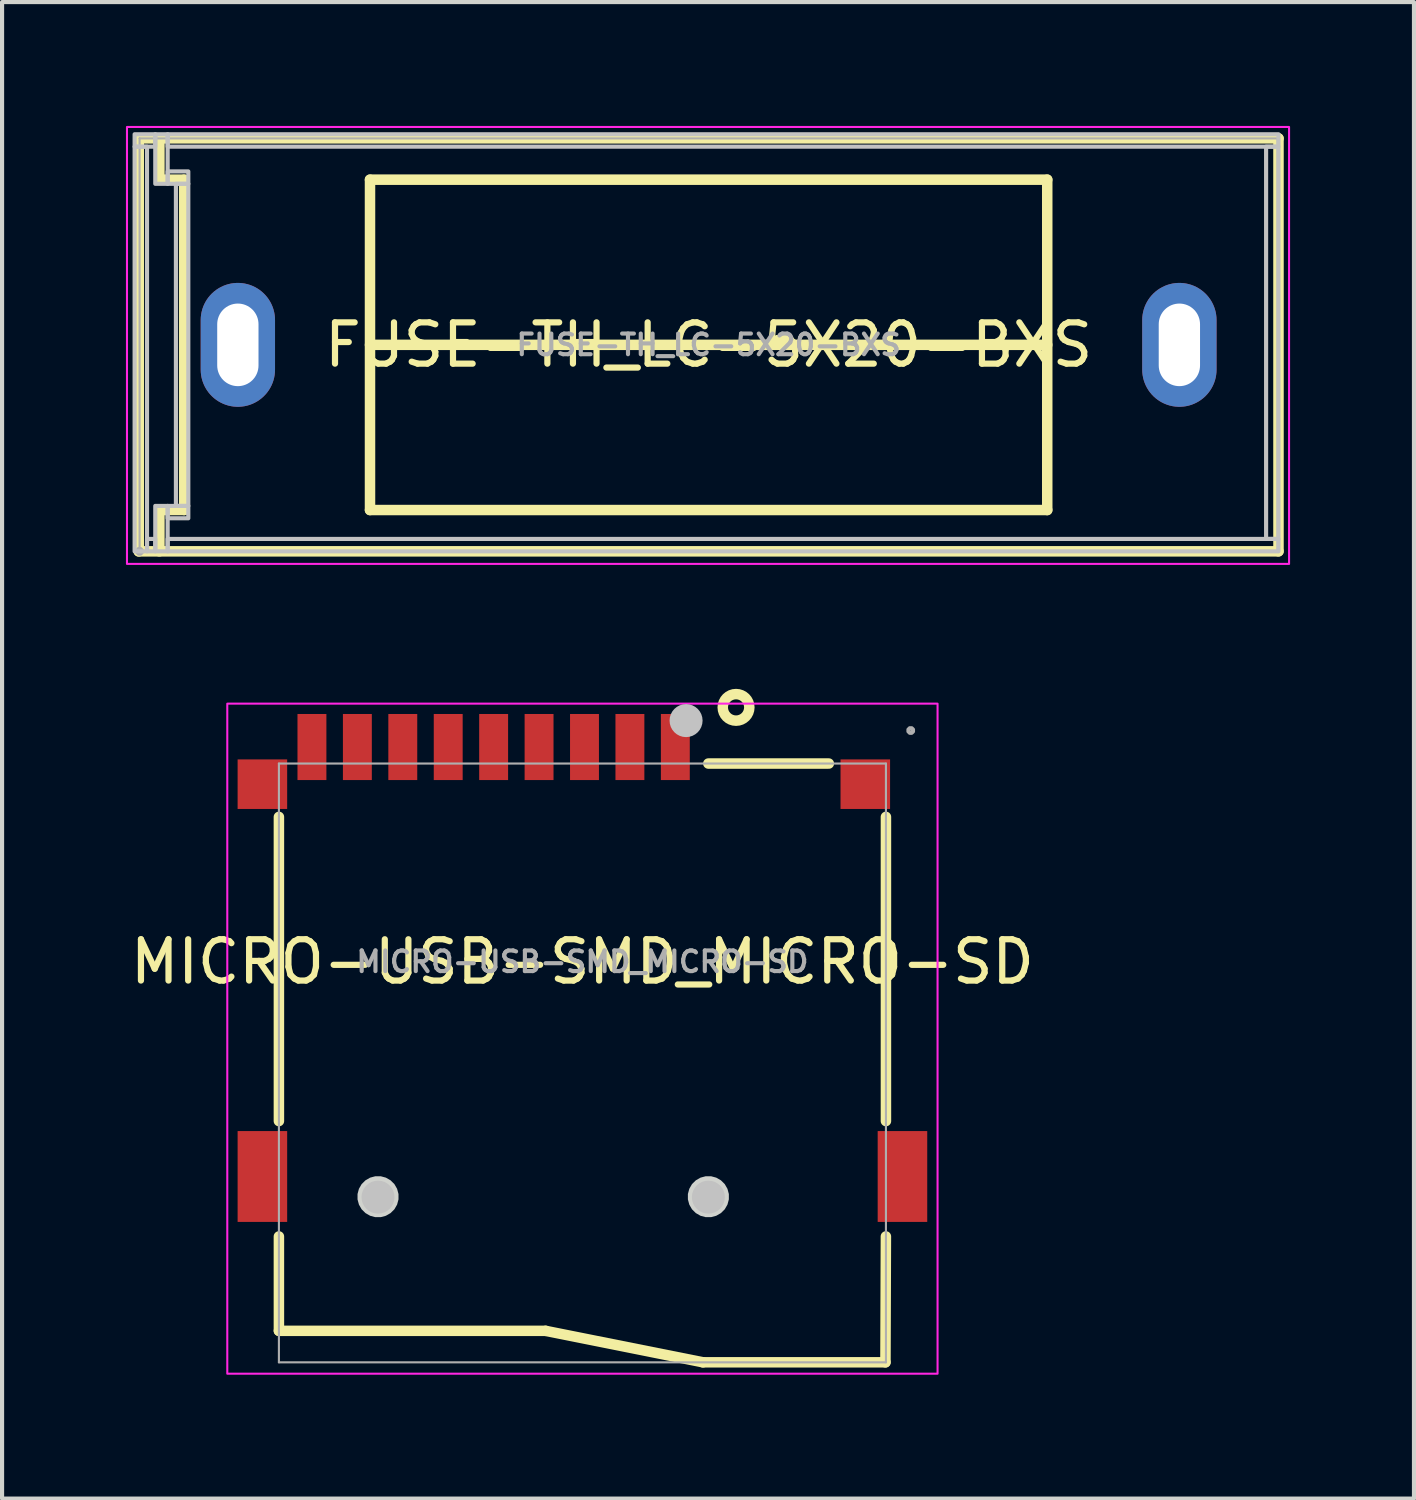
<source format=kicad_pcb>
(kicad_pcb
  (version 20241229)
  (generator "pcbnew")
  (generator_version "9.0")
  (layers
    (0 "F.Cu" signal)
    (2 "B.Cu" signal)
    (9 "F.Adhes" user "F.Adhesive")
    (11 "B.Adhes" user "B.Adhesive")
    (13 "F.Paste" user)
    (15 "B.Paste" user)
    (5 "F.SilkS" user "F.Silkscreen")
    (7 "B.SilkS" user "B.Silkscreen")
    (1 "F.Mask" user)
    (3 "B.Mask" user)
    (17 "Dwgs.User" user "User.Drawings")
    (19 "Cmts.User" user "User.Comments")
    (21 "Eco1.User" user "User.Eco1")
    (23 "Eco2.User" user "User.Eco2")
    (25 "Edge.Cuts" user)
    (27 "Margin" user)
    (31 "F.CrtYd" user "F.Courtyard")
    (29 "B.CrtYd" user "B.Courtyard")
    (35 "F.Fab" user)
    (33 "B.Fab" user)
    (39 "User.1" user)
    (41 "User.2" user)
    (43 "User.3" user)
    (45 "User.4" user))
  (footprint "FUSE-TH_LC-5X20-BXS"
    (layer "F.Cu")
    (at 14.11 5.301)
    (property "Reference" "FUSE-TH_LC-5X20-BXS" (at 0 0 0) (layer "F.SilkS") (effects (font (size 1 1) (thickness 0.15))))
    (fp_line (start -13.8 -5) (end 13.8 -5) (stroke (width 0.254) (type default)) (layer "F.SilkS"))
    (fp_line (start -13.8 -5.002) (end -13.8 5.002) (stroke (width 0.254) (type default)) (layer "F.SilkS"))
    (fp_line (start -13.3 -4) (end -13.3 -5) (stroke (width 0.254) (type default)) (layer "F.SilkS"))
    (fp_line (start -13.3 4) (end -13.3 5) (stroke (width 0.254) (type default)) (layer "F.SilkS"))
    (fp_line (start -13.299 -4) (end -12.7 -4) (stroke (width 0.254) (type default)) (layer "F.SilkS"))
    (fp_line (start -12.7 -4) (end -12.7 4) (stroke (width 0.254) (type default)) (layer "F.SilkS"))
    (fp_line (start -12.7 4) (end -13.3 4) (stroke (width 0.254) (type default)) (layer "F.SilkS"))
    (fp_line (start -8.2 -4) (end 8.2 -4) (stroke (width 0.254) (type default)) (layer "F.SilkS"))
    (fp_line (start -8.2 0) (end 8.2 0) (stroke (width 0.254) (type default)) (layer "F.SilkS"))
    (fp_line (start -8.2 4) (end -8.2 -4) (stroke (width 0.254) (type default)) (layer "F.SilkS"))
    (fp_line (start 8.2 -4) (end 8.2 4) (stroke (width 0.254) (type default)) (layer "F.SilkS"))
    (fp_line (start 8.2 4) (end -8.2 4) (stroke (width 0.254) (type default)) (layer "F.SilkS"))
    (fp_line (start 13.8 -5) (end 13.8 5) (stroke (width 0.254) (type default)) (layer "F.SilkS"))
    (fp_line (start 13.8 5) (end -13.8 5) (stroke (width 0.254) (type default)) (layer "F.SilkS"))
    (fp_poly (pts (xy -13.9 -4.8) (xy -13.9 5) (xy -13.6 5) (xy -13.6 -4.8)) (stroke (width 0.1) (type default)) (fill no) (layer "Dwgs.User"))
    (fp_poly (pts (xy -13.6 5) (xy -13.4 5) (xy -13.4 4.7) (xy -13.6 4.7)) (stroke (width 0.1) (type default)) (fill no) (layer "Dwgs.User"))
    (fp_poly (pts (xy -13.4 -5.1) (xy -13.9 -5.1) (xy -13.9 -4.8) (xy -13.4 -4.8)) (stroke (width 0.1) (type default)) (fill no) (layer "Dwgs.User"))
    (fp_poly (pts (xy -13.4 -5.1) (xy -13.4 -3.9) (xy -13.1 -3.9) (xy -13.1 -5.1)) (stroke (width 0.1) (type default)) (fill no) (layer "Dwgs.User"))
    (fp_poly (pts (xy -13.4 5) (xy -13.4 3.9) (xy -13.1 3.9) (xy -13.1 5)) (stroke (width 0.1) (type default)) (fill no) (layer "Dwgs.User"))
    (fp_poly (pts (xy -13.1 -5.1) (xy 13.8 -5.1) (xy 13.8 -4.8) (xy -13.1 -4.8)) (stroke (width 0.1) (type default)) (fill no) (layer "Dwgs.User"))
    (fp_poly (pts (xy -13.1 -3.9) (xy -12.6 -3.9) (xy -12.6 -4.2) (xy -13.1 -4.2)) (stroke (width 0.1) (type default)) (fill no) (layer "Dwgs.User"))
    (fp_poly (pts (xy -13.1 3.9) (xy -12.6 3.9) (xy -12.6 4.2) (xy -13.1 4.2)) (stroke (width 0.1) (type default)) (fill no) (layer "Dwgs.User"))
    (fp_poly (pts (xy -13.1 5) (xy 13.8 5) (xy 13.8 4.7) (xy -13.1 4.7)) (stroke (width 0.1) (type default)) (fill no) (layer "Dwgs.User"))
    (fp_poly (pts (xy -12.6 3.9) (xy -12.6 -3.9) (xy -12.9 -3.9) (xy -12.9 3.9)) (stroke (width 0.1) (type default)) (fill no) (layer "Dwgs.User"))
    (fp_poly (pts (xy 13.8 -4.8) (xy 13.8 4.7) (xy 13.5 4.7) (xy 13.5 -4.8)) (stroke (width 0.1) (type default)) (fill no) (layer "Dwgs.User"))
    (fp_rect (start -14.085 -5.276) (end 14.056 5.305) (stroke (width 0.05) (type default)) (fill no) (layer "F.CrtYd"))
    (fp_line (start -13.78 -5) (end 13.78 -5) (stroke (width 0.051) (type default)) (layer "F.Fab"))
    (fp_line (start -13.78 5) (end -13.78 -5) (stroke (width 0.051) (type default)) (layer "F.Fab"))
    (fp_line (start 13.78 -5) (end 13.78 5) (stroke (width 0.051) (type default)) (layer "F.Fab"))
    (fp_line (start 13.78 5) (end -13.78 5) (stroke (width 0.051) (type default)) (layer "F.Fab"))
    (fp_poly (pts (xy -13.725 4.977) (xy -13.757 4.945) (xy -13.803 4.945) (xy -13.835 4.977) (xy -13.835 5.023) (xy -13.803 5.055) (xy -13.757 5.055) (xy -13.725 5.023)) (stroke (width 0.1) (type default)) (fill no) (layer "F.Fab"))
    (fp_poly (pts (xy -11.775 -0.75) (xy -11.025 -0.75) (xy -11.025 0.75) (xy -11.775 0.75)) (stroke (width 0.1) (type default)) (fill no) (layer "User.1"))
    (fp_poly (pts (xy 11.025 -0.75) (xy 11.775 -0.75) (xy 11.775 0.75) (xy 11.025 0.75)) (stroke (width 0.1) (type default)) (fill no) (layer "User.1"))
    (fp_text user "${REFERENCE}" (at 0 0 0) (layer "F.Fab") (effects (font (size 0.5 0.5) (thickness 0.1))))
    (pad "1" thru_hole oval (at -11.4 0) (size 1.8 3) (drill oval 1 2) (layers "*.Cu" "*.Mask"))
    (pad "2" thru_hole oval (at 11.4 0) (size 1.8 3) (drill oval 1 2) (layers "*.Cu" "*.Mask")))
  (footprint "MICRO-USB-SMD_MICRO-SD"
    (layer "F.Cu")
    (at 11.054 20.24)
    (property "Reference" "MICRO-USB-SMD_MICRO-SD" (at 0 0 0) (layer "F.SilkS") (effects (font (size 1 1) (thickness 0.15))))
    (fp_line (start -7.35 -3.508) (end -7.35 3.858) (stroke (width 0.254) (type default)) (layer "F.SilkS"))
    (fp_line (start -7.35 6.652) (end -7.35 8.936) (stroke (width 0.254) (type default)) (layer "F.SilkS"))
    (fp_line (start -7.35 8.938) (end -0.891 8.938) (stroke (width 0.254) (type default)) (layer "F.SilkS"))
    (fp_line (start -0.891 8.938) (end 2.919 9.7) (stroke (width 0.254) (type default)) (layer "F.SilkS"))
    (fp_line (start 2.919 9.7) (end 7.338 9.7) (stroke (width 0.254) (type default)) (layer "F.SilkS"))
    (fp_line (start 3.049 -4.8) (end 5.967 -4.8) (stroke (width 0.254) (type default)) (layer "F.SilkS"))
    (fp_line (start 7.338 9.7) (end 7.349 6.652) (stroke (width 0.254) (type default)) (layer "F.SilkS"))
    (fp_line (start 7.35 3.858) (end 7.35 -3.508) (stroke (width 0.254) (type default)) (layer "F.SilkS"))
    (fp_circle (center 3.72 -6.16) (end 4.042 -6.16) (stroke (width 0.254) (type default)) (fill no) (layer "F.SilkS"))
    (fp_circle (center -4.95 5.7) (end -4.75 5.7) (stroke (width 0.4) (type default)) (fill no) (layer "Dwgs.User"))
    (fp_circle (center 2.51 -5.84) (end 2.71 -5.84) (stroke (width 0.4) (type default)) (fill no) (layer "Dwgs.User"))
    (fp_circle (center 3.05 5.7) (end 3.25 5.7) (stroke (width 0.4) (type default)) (fill no) (layer "Dwgs.User"))
    (fp_poly (pts (xy -4.454 5.624) (xy -4.488 5.498) (xy -4.553 5.385) (xy -4.646 5.293) (xy -4.759 5.228) (xy -4.885 5.194) (xy -5.015 5.194) (xy -5.141 5.228) (xy -5.254 5.293) (xy -5.347 5.385) (xy -5.412 5.498) (xy -5.446 5.624) (xy -5.446 5.755) (xy -5.412 5.881) (xy -5.347 5.994) (xy -5.254 6.086) (xy -5.141 6.151) (xy -5.015 6.185) (xy -4.885 6.185) (xy -4.759 6.151) (xy -4.646 6.086) (xy -4.553 5.994) (xy -4.488 5.881) (xy -4.454 5.755)) (stroke (width 0) (type default)) (fill yes) (layer "Edge.Cuts"))
    (fp_poly (pts (xy 3.546 5.624) (xy 3.512 5.498) (xy 3.447 5.385) (xy 3.354 5.293) (xy 3.241 5.228) (xy 3.115 5.194) (xy 2.985 5.194) (xy 2.859 5.228) (xy 2.746 5.293) (xy 2.653 5.385) (xy 2.588 5.498) (xy 2.554 5.624) (xy 2.554 5.755) (xy 2.588 5.881) (xy 2.653 5.994) (xy 2.746 6.086) (xy 2.859 6.151) (xy 2.985 6.185) (xy 3.115 6.185) (xy 3.241 6.151) (xy 3.354 6.086) (xy 3.447 5.994) (xy 3.512 5.881) (xy 3.546 5.755)) (stroke (width 0) (type default)) (fill yes) (layer "Edge.Cuts"))
    (fp_rect (start -8.6 -6.25) (end 8.6 9.976) (stroke (width 0.05) (type default)) (fill no) (layer "F.CrtYd"))
    (fp_line (start -7.35 -4.8) (end 7.35 -4.8) (stroke (width 0.051) (type default)) (layer "F.Fab"))
    (fp_line (start -7.35 9.7) (end -7.35 -4.8) (stroke (width 0.051) (type default)) (layer "F.Fab"))
    (fp_line (start 7.35 -4.8) (end 7.35 9.7) (stroke (width 0.051) (type default)) (layer "F.Fab"))
    (fp_line (start 7.35 9.7) (end -7.35 9.7) (stroke (width 0.051) (type default)) (layer "F.Fab"))
    (fp_poly (pts (xy 8.005 -5.623) (xy 7.973 -5.655) (xy 7.927 -5.655) (xy 7.895 -5.623) (xy 7.895 -5.577) (xy 7.927 -5.545) (xy 7.973 -5.545) (xy 8.005 -5.577)) (stroke (width 0.1) (type default)) (fill no) (layer "F.Fab"))
    (fp_poly (pts (xy -7.95 -3.9) (xy -7.95 -4.8) (xy -7.3 -4.8) (xy -7.3 -3.9)) (stroke (width 0.1) (type default)) (fill no) (layer "User.1"))
    (fp_poly (pts (xy -7.3 6) (xy -7.95 6) (xy -7.95 4.4) (xy -7.3 4.4)) (stroke (width 0.1) (type default)) (fill no) (layer "User.1"))
    (fp_poly (pts (xy -6.4 -5.6) (xy -6.7 -5.6) (xy -6.7 -4.7) (xy -6.4 -4.7)) (stroke (width 0.1) (type default)) (fill no) (layer "User.1"))
    (fp_poly (pts (xy -5.3 -5.6) (xy -5.6 -5.6) (xy -5.6 -4.7) (xy -5.3 -4.7)) (stroke (width 0.1) (type default)) (fill no) (layer "User.1"))
    (fp_poly (pts (xy -4.2 -5.6) (xy -4.5 -5.6) (xy -4.5 -4.7) (xy -4.2 -4.7)) (stroke (width 0.1) (type default)) (fill no) (layer "User.1"))
    (fp_poly (pts (xy -3.1 -5.6) (xy -3.4 -5.6) (xy -3.4 -4.7) (xy -3.1 -4.7)) (stroke (width 0.1) (type default)) (fill no) (layer "User.1"))
    (fp_poly (pts (xy -2 -5.6) (xy -2.3 -5.6) (xy -2.3 -4.7) (xy -2 -4.7)) (stroke (width 0.1) (type default)) (fill no) (layer "User.1"))
    (fp_poly (pts (xy -0.9 -5.6) (xy -1.2 -5.6) (xy -1.2 -4.7) (xy -0.9 -4.7)) (stroke (width 0.1) (type default)) (fill no) (layer "User.1"))
    (fp_poly (pts (xy 0.2 -5.6) (xy -0.1 -5.6) (xy -0.1 -4.7) (xy 0.2 -4.7)) (stroke (width 0.1) (type default)) (fill no) (layer "User.1"))
    (fp_poly (pts (xy 1.3 -5.6) (xy 1 -5.6) (xy 1 -4.7) (xy 1.3 -4.7)) (stroke (width 0.1) (type default)) (fill no) (layer "User.1"))
    (fp_poly (pts (xy 2.4 -5.6) (xy 2.1 -5.6) (xy 2.1 -4.7) (xy 2.4 -4.7)) (stroke (width 0.1) (type default)) (fill no) (layer "User.1"))
    (fp_poly (pts (xy 6.25 -3.9) (xy 6.25 -4.8) (xy 6.75 -4.8) (xy 6.75 -3.9)) (stroke (width 0.1) (type default)) (fill no) (layer "User.1"))
    (fp_poly (pts (xy 7.3 4.4) (xy 7.95 4.4) (xy 7.95 6) (xy 7.3 6)) (stroke (width 0.1) (type default)) (fill no) (layer "User.1"))
    (fp_text user "${REFERENCE}" (at 0 0 0) (layer "F.Fab") (effects (font (size 0.5 0.5) (thickness 0.1))))
    (pad "1" smd rect (at 2.25 -5.2) (size 0.7 1.6) (layers "F.Cu" "F.Mask" "F.Paste"))
    (pad "2" smd rect (at 1.15 -5.2) (size 0.7 1.6) (layers "F.Cu" "F.Mask" "F.Paste"))
    (pad "3" smd rect (at 0.05 -5.2) (size 0.7 1.6) (layers "F.Cu" "F.Mask" "F.Paste"))
    (pad "4" smd rect (at -1.05 -5.2) (size 0.7 1.6) (layers "F.Cu" "F.Mask" "F.Paste"))
    (pad "5" smd rect (at -2.15 -5.2) (size 0.7 1.6) (layers "F.Cu" "F.Mask" "F.Paste"))
    (pad "6" smd rect (at -3.25 -5.2) (size 0.7 1.6) (layers "F.Cu" "F.Mask" "F.Paste"))
    (pad "7" smd rect (at -4.35 -5.2) (size 0.7 1.6) (layers "F.Cu" "F.Mask" "F.Paste"))
    (pad "8" smd rect (at -5.45 -5.2) (size 0.7 1.6) (layers "F.Cu" "F.Mask" "F.Paste"))
    (pad "CD" smd rect (at -6.55 -5.2) (size 0.7 1.6) (layers "F.Cu" "F.Mask" "F.Paste"))
    (pad "G1" smd rect (at -7.75 -4.3) (size 1.2 1.2) (layers "F.Cu" "F.Mask" "F.Paste"))
    (pad "G2" smd rect (at -7.75 5.2) (size 1.2 2.2) (layers "F.Cu" "F.Mask" "F.Paste"))
    (pad "G3" smd rect (at 7.75 5.2) (size 1.2 2.2) (layers "F.Cu" "F.Mask" "F.Paste"))
    (pad "G4" smd rect (at 6.85 -4.3) (size 1.2 1.2) (layers "F.Cu" "F.Mask" "F.Paste")))
  (gr_rect
    (start -3 -3)
    (end 31.191 33.24)
    (stroke (width 0.1) (type default))
    (fill no)
    (layer "Edge.Cuts")))
</source>
